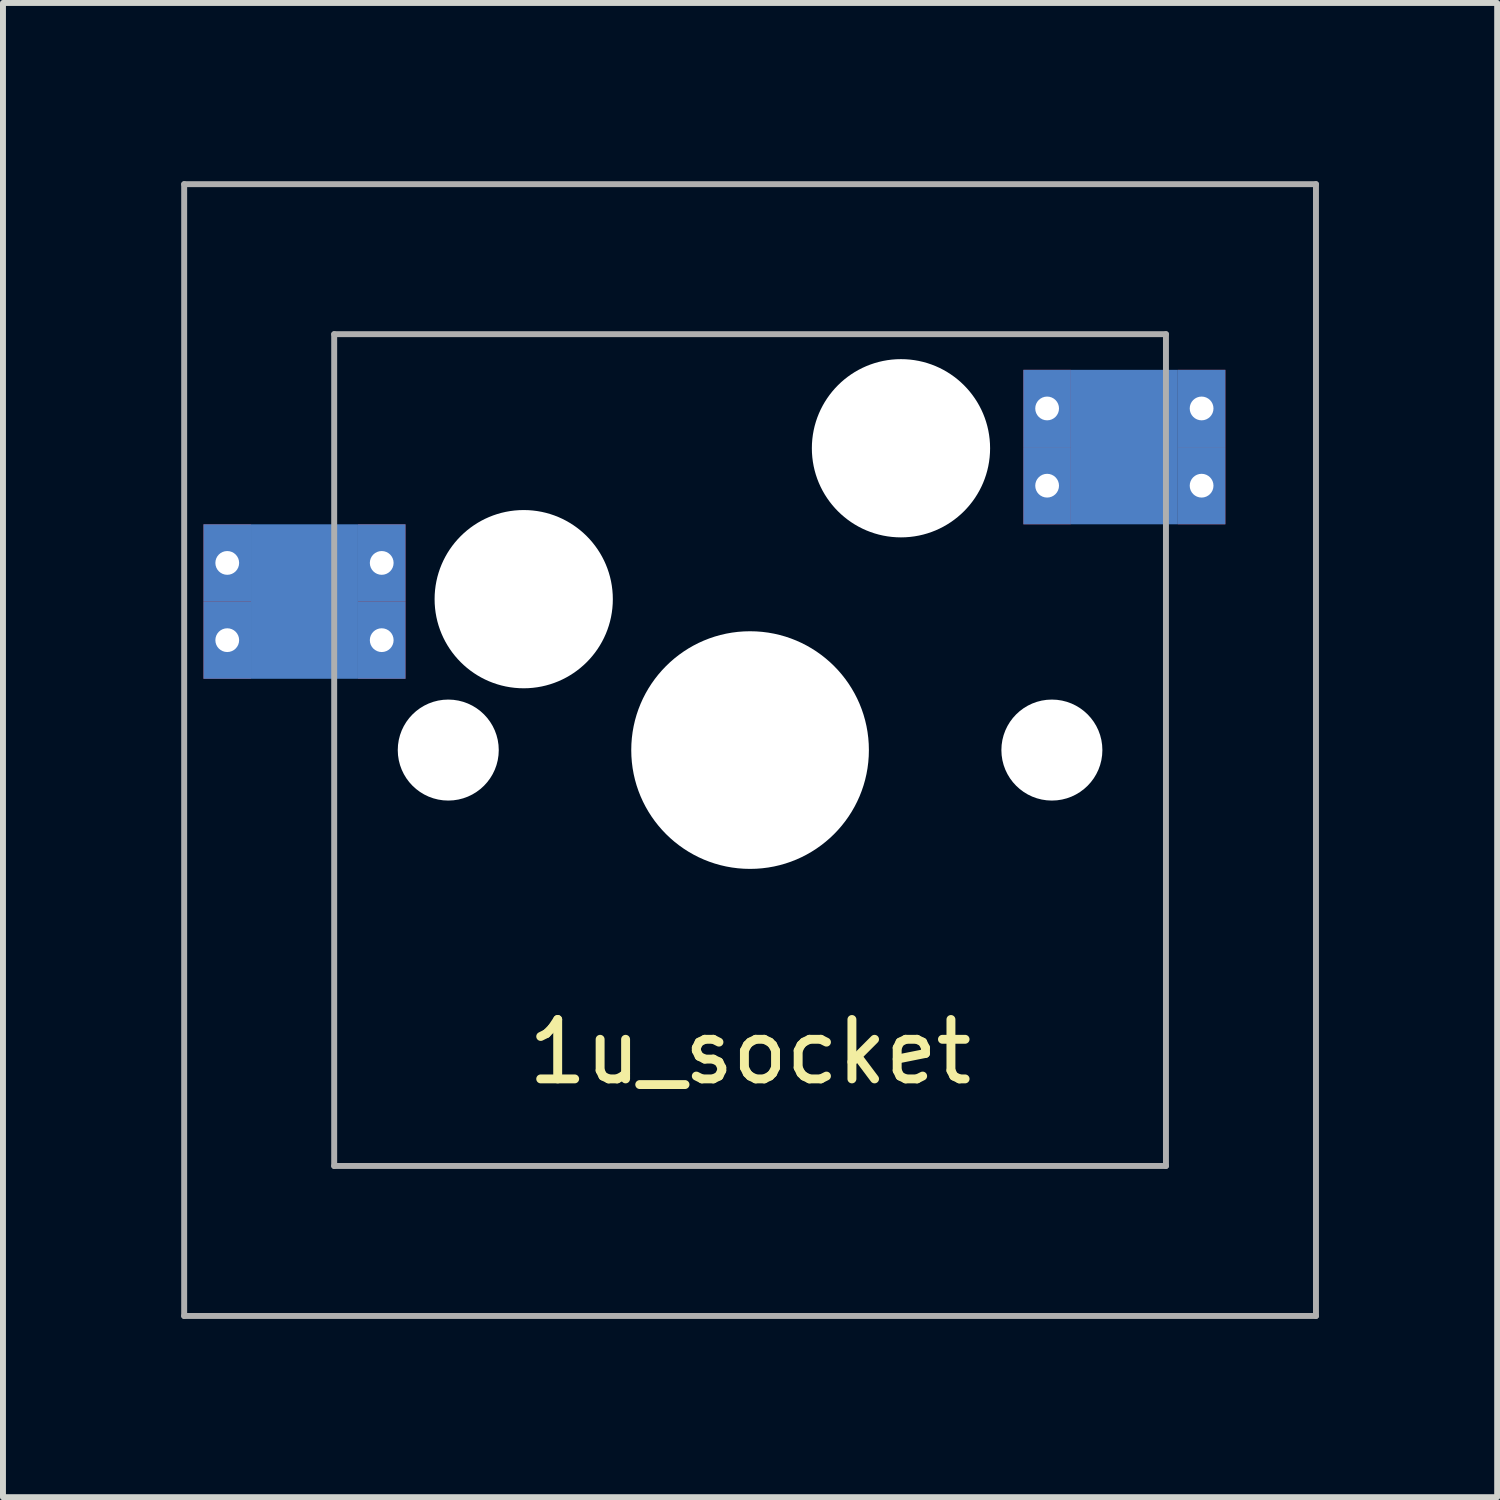
<source format=kicad_pcb>
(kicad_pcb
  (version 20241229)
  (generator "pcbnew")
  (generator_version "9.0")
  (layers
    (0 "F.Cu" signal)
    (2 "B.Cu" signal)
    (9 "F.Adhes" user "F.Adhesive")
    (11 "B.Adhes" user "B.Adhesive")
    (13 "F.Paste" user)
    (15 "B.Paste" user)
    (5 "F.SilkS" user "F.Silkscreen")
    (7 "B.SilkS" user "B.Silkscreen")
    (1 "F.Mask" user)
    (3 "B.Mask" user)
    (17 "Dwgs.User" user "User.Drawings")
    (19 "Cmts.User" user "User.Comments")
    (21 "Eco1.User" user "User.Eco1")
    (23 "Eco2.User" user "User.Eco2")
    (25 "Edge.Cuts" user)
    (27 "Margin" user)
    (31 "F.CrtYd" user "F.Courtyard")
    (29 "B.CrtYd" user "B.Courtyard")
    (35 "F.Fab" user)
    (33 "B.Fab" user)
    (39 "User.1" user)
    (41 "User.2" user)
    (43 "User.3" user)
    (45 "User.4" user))
  (footprint "1u_socket"
    (layer "F.Cu")
    (at 9.575 9.575)
    (property "Reference" "1u_socket" (at 0 5.08 0) (layer "F.SilkS") (effects (font (size 1 1) (thickness 0.15))))
    (attr through_hole)
    (fp_line (start -9.525 -9.525) (end -9.525 9.525) (stroke (width 0.1) (type solid)) (layer "F.Fab"))
    (fp_line (start -9.525 -9.525) (end 9.525 -9.525) (stroke (width 0.1) (type solid)) (layer "F.Fab"))
    (fp_line (start -9.525 9.525) (end 9.525 9.525) (stroke (width 0.1) (type solid)) (layer "F.Fab"))
    (fp_line (start -7 -7) (end -7 7) (stroke (width 0.1) (type solid)) (layer "F.Fab"))
    (fp_line (start -7 -7) (end 7 -7) (stroke (width 0.1) (type solid)) (layer "F.Fab"))
    (fp_line (start 7 -7) (end 7 7) (stroke (width 0.1) (type solid)) (layer "F.Fab"))
    (fp_line (start 7 7) (end -7 7) (stroke (width 0.1) (type solid)) (layer "F.Fab"))
    (fp_line (start 9.525 -9.525) (end 9.525 9.525) (stroke (width 0.1) (type solid)) (layer "F.Fab"))
    (pad "" thru_hole rect (at -8.8 -3.15 180) (size 0.8 1.3) (drill 0.4) (layers "*.Cu" "B.Mask" "B.Paste"))
    (pad "" thru_hole rect (at -8.8 -1.85 180) (size 0.8 1.3) (drill 0.4) (layers "*.Cu" "B.Mask" "B.Paste"))
    (pad "" thru_hole rect (at -6.2 -3.15 180) (size 0.8 1.3) (drill 0.4) (layers "*.Cu" "B.Mask" "B.Paste"))
    (pad "" thru_hole rect (at -6.2 -1.85 180) (size 0.8 1.3) (drill 0.4) (layers "*.Cu" "B.Mask" "B.Paste"))
    (pad "" np_thru_hole circle (at -5.08 0) (size 1.7 1.7) (drill 1.7) (layers "*.Cu" "*.Mask"))
    (pad "" np_thru_hole circle (at -3.81 -2.54) (size 3 3) (drill 3) (layers "*.Cu" "*.Mask"))
    (pad "" np_thru_hole circle (at 0 0) (size 4 4) (drill 4) (layers "*.Cu" "*.Mask"))
    (pad "" np_thru_hole circle (at 2.54 -5.08) (size 3 3) (drill 3) (layers "*.Cu" "*.Mask"))
    (pad "" thru_hole rect (at 5 -5.75 180) (size 0.8 1.3) (drill 0.4) (layers "*.Cu" "B.Mask" "B.Paste"))
    (pad "" thru_hole rect (at 5 -4.45 180) (size 0.8 1.3) (drill 0.4) (layers "*.Cu" "B.Mask" "B.Paste"))
    (pad "" np_thru_hole circle (at 5.08 0) (size 1.7 1.7) (drill 1.7) (layers "*.Cu" "*.Mask"))
    (pad "" thru_hole rect (at 7.6 -5.75 180) (size 0.8 1.3) (drill 0.4) (layers "*.Cu" "B.Mask" "B.Paste"))
    (pad "" thru_hole rect (at 7.6 -4.45 180) (size 0.8 1.3) (drill 0.4) (layers "*.Cu" "B.Mask" "B.Paste"))
    (pad "1" smd rect (at 6.3 -5.1) (size 1.8 2.6) (layers "B.Cu" "B.Mask" "B.Paste"))
    (pad "2" smd rect (at -7.5 -2.5) (size 1.8 2.6) (layers "B.Cu" "B.Mask" "B.Paste")))
  (gr_rect
    (start -3 -3)
    (end 22.15 22.15)
    (stroke (width 0.1) (type default))
    (fill no)
    (layer "Edge.Cuts")))
</source>
